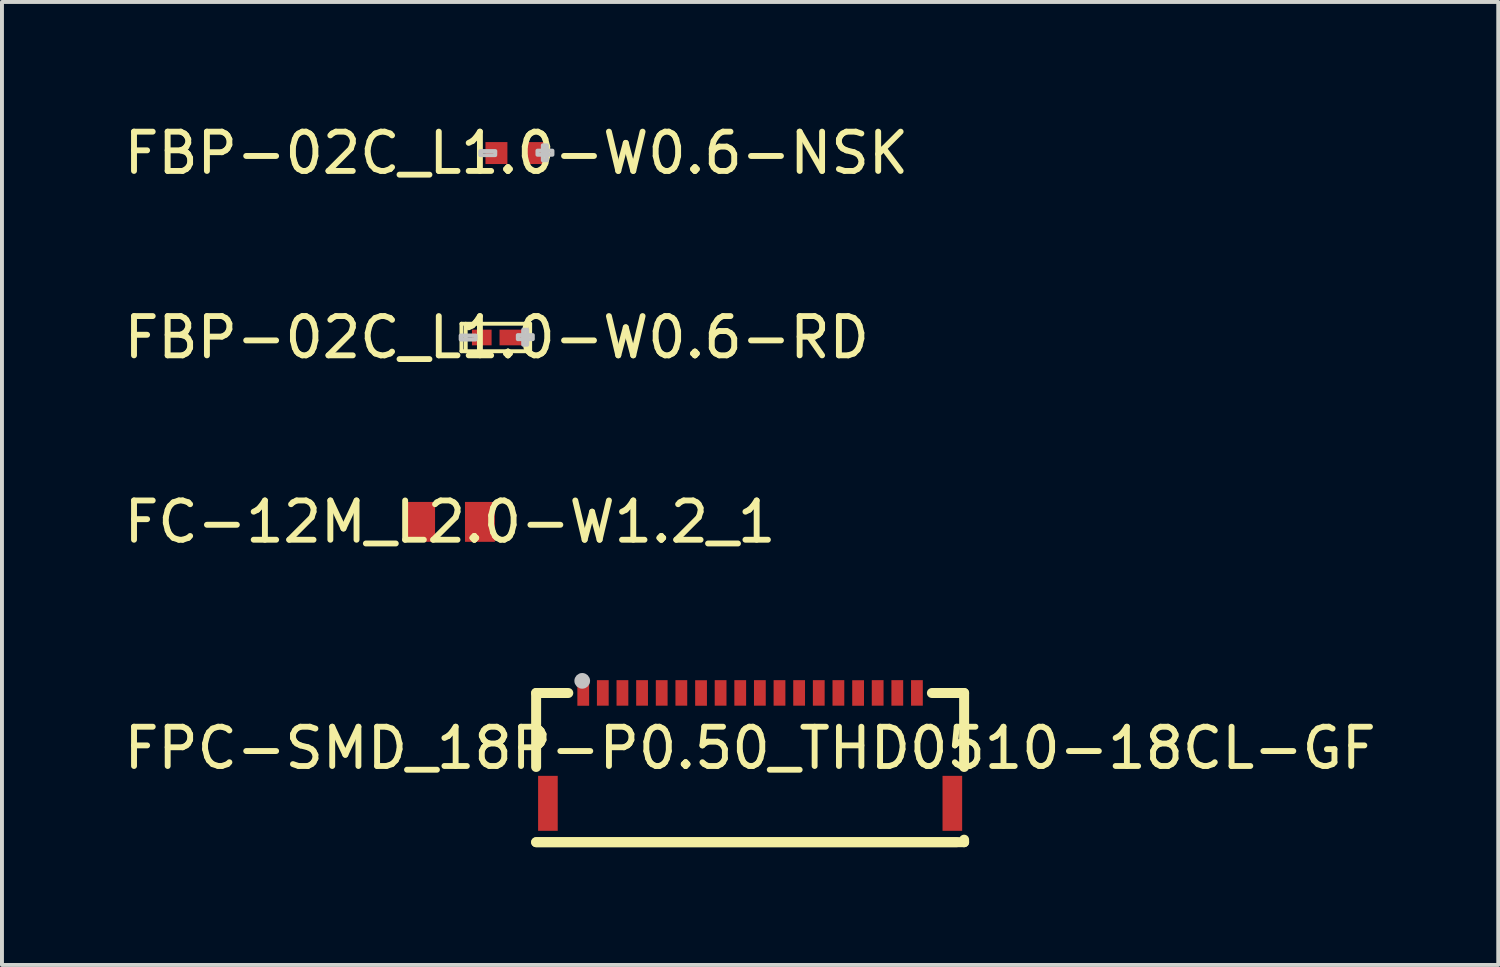
<source format=kicad_pcb>
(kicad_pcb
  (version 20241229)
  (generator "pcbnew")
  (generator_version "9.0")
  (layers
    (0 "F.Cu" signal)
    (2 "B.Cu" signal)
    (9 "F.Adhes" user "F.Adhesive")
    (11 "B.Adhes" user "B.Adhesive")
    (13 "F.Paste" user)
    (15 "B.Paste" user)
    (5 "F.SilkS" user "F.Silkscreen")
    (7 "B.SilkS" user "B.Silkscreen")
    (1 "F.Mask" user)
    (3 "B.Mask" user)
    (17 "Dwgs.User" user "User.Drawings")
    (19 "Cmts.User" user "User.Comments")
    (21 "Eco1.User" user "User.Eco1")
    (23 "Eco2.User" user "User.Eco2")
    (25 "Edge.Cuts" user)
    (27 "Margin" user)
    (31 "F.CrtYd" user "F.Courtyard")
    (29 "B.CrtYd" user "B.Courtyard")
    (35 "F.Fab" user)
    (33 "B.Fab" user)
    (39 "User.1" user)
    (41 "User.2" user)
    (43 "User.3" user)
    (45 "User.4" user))
  (footprint "FC-12M_L2.0-W1.2_1"
    (layer "F.Cu")
    (at 8.411 10.241)
    (property "Reference" "FC-12M_L2.0-W1.2_1" (at 0 0 0) (layer "F.SilkS") (effects (font (size 1 1) (thickness 0.15))))
    (fp_poly (pts (xy -0.5 0.551) (xy -0.5 -0.551) (xy -1.026 -0.551) (xy -1.026 0.551)) (stroke (width 0.1) (type default)) (fill no) (layer "User.1"))
    (fp_poly (pts (xy 0.5 0.551) (xy 0.5 -0.551) (xy 1.026 -0.551) (xy 1.026 0.551)) (stroke (width 0.1) (type default)) (fill no) (layer "User.1"))
    (fp_line (start -1.026 -0.6) (end 1.026 -0.6) (stroke (width 0.051) (type default)) (layer "User.2"))
    (fp_line (start -1.026 0.6) (end -1.026 -0.6) (stroke (width 0.051) (type default)) (layer "User.2"))
    (fp_line (start 1.026 -0.6) (end 1.026 0.6) (stroke (width 0.051) (type default)) (layer "User.2"))
    (fp_line (start 1.026 0.6) (end -1.026 0.6) (stroke (width 0.051) (type default)) (layer "User.2"))
    (fp_poly (pts (xy -0.963 0.6) (xy -0.98 0.556) (xy -1.024 0.538) (xy -1.067 0.556) (xy -1.085 0.6) (xy -1.067 0.643) (xy -1.024 0.66) (xy -0.98 0.643)) (stroke (width 0.1) (type default)) (fill no) (layer "User.3"))
    (pad "1" smd rect (at -0.762 0) (size 0.762 1.016) (layers "F.Cu" "F.Mask" "F.Paste"))
    (pad "2" smd rect (at 0.762 0) (size 0.762 1.016) (layers "F.Cu" "F.Mask" "F.Paste")))
  (footprint "FBP-02C_L1.0-W0.6-NSK"
    (layer "F.Cu")
    (at 10.101 0.848)
    (property "Reference" "FBP-02C_L1.0-W0.6-NSK" (at 0 0 0) (layer "F.SilkS") (effects (font (size 1 1) (thickness 0.15))))
    (fp_poly (pts (xy -0.919 -0.051) (xy -0.536 -0.051) (xy -0.538 0.053) (xy -0.919 0.053)) (stroke (width 0.1) (type default)) (fill no) (layer "Dwgs.User"))
    (fp_poly (pts (xy 0.536 -0.061) (xy 0.919 -0.061) (xy 0.919 0.043) (xy 0.536 0.043)) (stroke (width 0.1) (type default)) (fill no) (layer "Dwgs.User"))
    (fp_poly (pts (xy 0.673 0.185) (xy 0.673 -0.198) (xy 0.777 -0.198) (xy 0.777 0.185)) (stroke (width 0.1) (type default)) (fill no) (layer "Dwgs.User"))
    (fp_poly (pts (xy -0.198 0.15) (xy -0.468 0.15) (xy -0.468 -0.15)) (stroke (width 0.1) (type default)) (fill no) (layer "User.1"))
    (fp_line (start -0.5 -0.299) (end 0.5 -0.299) (stroke (width 0.051) (type default)) (layer "User.2"))
    (fp_line (start -0.5 0.299) (end -0.5 -0.299) (stroke (width 0.051) (type default)) (layer "User.2"))
    (fp_line (start 0.5 -0.299) (end 0.5 0.299) (stroke (width 0.051) (type default)) (layer "User.2"))
    (fp_line (start 0.5 0.299) (end -0.5 0.299) (stroke (width 0.051) (type default)) (layer "User.2"))
    (fp_poly (pts (xy -0.44 0.299) (xy -0.457 0.256) (xy -0.5 0.238) (xy -0.544 0.256) (xy -0.561 0.299) (xy -0.544 0.343) (xy -0.5 0.36) (xy -0.457 0.343)) (stroke (width 0.1) (type default)) (fill no) (layer "User.3"))
    (pad "1" smd rect (at -0.508 0 90) (size 0.559 0.559) (layers "F.Cu" "F.Mask" "F.Paste"))
    (pad "2" smd rect (at 0.508 0 90) (size 0.559 0.559) (layers "F.Cu" "F.Mask" "F.Paste")))
  (footprint "FPC-SMD_18P-P0.50_THD0510-18CL-GF"
    (layer "F.Cu")
    (at 16.054 16.003)
    (property "Reference" "FPC-SMD_18P-P0.50_THD0510-18CL-GF" (at 0 0 0) (layer "F.SilkS") (effects (font (size 1 1) (thickness 0.15))))
    (fp_line (start -5.45 -1.404) (end -4.631 -1.404) (stroke (width 0.254) (type default)) (layer "F.SilkS"))
    (fp_line (start -5.45 0.48) (end -5.45 -1.404) (stroke (width 0.254) (type default)) (layer "F.SilkS"))
    (fp_line (start -5.45 2.396) (end 5.45 2.396) (stroke (width 0.254) (type default)) (layer "F.SilkS"))
    (fp_line (start 4.629 -1.404) (end 5.45 -1.404) (stroke (width 0.254) (type default)) (layer "F.SilkS"))
    (fp_line (start 5.261 2.396) (end -5.45 2.396) (stroke (width 0.254) (type default)) (layer "F.SilkS"))
    (fp_line (start 5.45 -1.404) (end 5.45 0.48) (stroke (width 0.254) (type default)) (layer "F.SilkS"))
    (fp_line (start 5.45 2.332) (end 5.45 2.396) (stroke (width 0.254) (type default)) (layer "F.SilkS"))
    (fp_circle (center -4.276 -1.713) (end -4.176 -1.713) (stroke (width 0.2) (type default)) (fill no) (layer "Dwgs.User"))
    (fp_poly (pts (xy -5.21 1.006) (xy -5.09 1.006) (xy -5.09 1.506) (xy -5.21 1.506)) (stroke (width 0.1) (type default)) (fill no) (layer "User.1"))
    (fp_poly (pts (xy -4.325 -1.202) (xy -4.325 -1.502) (xy -4.175 -1.502) (xy -4.175 -1.202)) (stroke (width 0.1) (type default)) (fill no) (layer "User.1"))
    (fp_poly (pts (xy -4.325 -1.005) (xy -4.325 -1.212) (xy -4.175 -1.212) (xy -4.175 -1.005)) (stroke (width 0.1) (type default)) (fill no) (layer "User.1"))
    (fp_poly (pts (xy -3.827 -1.202) (xy -3.827 -1.502) (xy -3.677 -1.502) (xy -3.677 -1.202)) (stroke (width 0.1) (type default)) (fill no) (layer "User.1"))
    (fp_poly (pts (xy -3.827 -1.005) (xy -3.827 -1.212) (xy -3.677 -1.212) (xy -3.677 -1.005)) (stroke (width 0.1) (type default)) (fill no) (layer "User.1"))
    (fp_poly (pts (xy -3.327 -1.202) (xy -3.327 -1.502) (xy -3.177 -1.502) (xy -3.177 -1.202)) (stroke (width 0.1) (type default)) (fill no) (layer "User.1"))
    (fp_poly (pts (xy -3.327 -1.005) (xy -3.327 -1.212) (xy -3.177 -1.212) (xy -3.177 -1.005)) (stroke (width 0.1) (type default)) (fill no) (layer "User.1"))
    (fp_poly (pts (xy -2.827 -1.202) (xy -2.827 -1.502) (xy -2.677 -1.502) (xy -2.677 -1.202)) (stroke (width 0.1) (type default)) (fill no) (layer "User.1"))
    (fp_poly (pts (xy -2.827 -1.005) (xy -2.827 -1.212) (xy -2.677 -1.212) (xy -2.677 -1.005)) (stroke (width 0.1) (type default)) (fill no) (layer "User.1"))
    (fp_poly (pts (xy -2.327 -1.202) (xy -2.327 -1.502) (xy -2.177 -1.502) (xy -2.177 -1.202)) (stroke (width 0.1) (type default)) (fill no) (layer "User.1"))
    (fp_poly (pts (xy -2.327 -1.005) (xy -2.327 -1.212) (xy -2.177 -1.212) (xy -2.177 -1.005)) (stroke (width 0.1) (type default)) (fill no) (layer "User.1"))
    (fp_poly (pts (xy -1.827 -1.202) (xy -1.827 -1.502) (xy -1.677 -1.502) (xy -1.677 -1.202)) (stroke (width 0.1) (type default)) (fill no) (layer "User.1"))
    (fp_poly (pts (xy -1.827 -1.005) (xy -1.827 -1.212) (xy -1.677 -1.212) (xy -1.677 -1.005)) (stroke (width 0.1) (type default)) (fill no) (layer "User.1"))
    (fp_poly (pts (xy -1.325 -1.202) (xy -1.325 -1.502) (xy -1.175 -1.502) (xy -1.175 -1.202)) (stroke (width 0.1) (type default)) (fill no) (layer "User.1"))
    (fp_poly (pts (xy -1.325 -1.005) (xy -1.325 -1.212) (xy -1.175 -1.212) (xy -1.175 -1.005)) (stroke (width 0.1) (type default)) (fill no) (layer "User.1"))
    (fp_poly (pts (xy -0.827 -1.202) (xy -0.827 -1.502) (xy -0.677 -1.502) (xy -0.677 -1.202)) (stroke (width 0.1) (type default)) (fill no) (layer "User.1"))
    (fp_poly (pts (xy -0.827 -1.005) (xy -0.827 -1.212) (xy -0.677 -1.212) (xy -0.677 -1.005)) (stroke (width 0.1) (type default)) (fill no) (layer "User.1"))
    (fp_poly (pts (xy -0.327 -1.202) (xy -0.327 -1.502) (xy -0.177 -1.502) (xy -0.177 -1.202)) (stroke (width 0.1) (type default)) (fill no) (layer "User.1"))
    (fp_poly (pts (xy -0.327 -1.005) (xy -0.327 -1.212) (xy -0.177 -1.212) (xy -0.177 -1.005)) (stroke (width 0.1) (type default)) (fill no) (layer "User.1"))
    (fp_poly (pts (xy 0.173 -1.202) (xy 0.173 -1.502) (xy 0.323 -1.502) (xy 0.323 -1.202)) (stroke (width 0.1) (type default)) (fill no) (layer "User.1"))
    (fp_poly (pts (xy 0.173 -1.005) (xy 0.173 -1.212) (xy 0.323 -1.212) (xy 0.323 -1.005)) (stroke (width 0.1) (type default)) (fill no) (layer "User.1"))
    (fp_poly (pts (xy 0.673 -1.202) (xy 0.673 -1.502) (xy 0.823 -1.502) (xy 0.823 -1.202)) (stroke (width 0.1) (type default)) (fill no) (layer "User.1"))
    (fp_poly (pts (xy 0.673 -1.005) (xy 0.673 -1.212) (xy 0.823 -1.212) (xy 0.823 -1.005)) (stroke (width 0.1) (type default)) (fill no) (layer "User.1"))
    (fp_poly (pts (xy 1.173 -1.202) (xy 1.173 -1.502) (xy 1.323 -1.502) (xy 1.323 -1.202)) (stroke (width 0.1) (type default)) (fill no) (layer "User.1"))
    (fp_poly (pts (xy 1.173 -1.005) (xy 1.173 -1.212) (xy 1.323 -1.212) (xy 1.323 -1.005)) (stroke (width 0.1) (type default)) (fill no) (layer "User.1"))
    (fp_poly (pts (xy 1.673 -1.202) (xy 1.673 -1.502) (xy 1.823 -1.502) (xy 1.823 -1.202)) (stroke (width 0.1) (type default)) (fill no) (layer "User.1"))
    (fp_poly (pts (xy 1.673 -1.005) (xy 1.673 -1.212) (xy 1.823 -1.212) (xy 1.823 -1.005)) (stroke (width 0.1) (type default)) (fill no) (layer "User.1"))
    (fp_poly (pts (xy 2.173 -1.202) (xy 2.173 -1.502) (xy 2.323 -1.502) (xy 2.323 -1.202)) (stroke (width 0.1) (type default)) (fill no) (layer "User.1"))
    (fp_poly (pts (xy 2.173 -1.005) (xy 2.173 -1.212) (xy 2.323 -1.212) (xy 2.323 -1.005)) (stroke (width 0.1) (type default)) (fill no) (layer "User.1"))
    (fp_poly (pts (xy 2.675 -1.202) (xy 2.675 -1.502) (xy 2.825 -1.502) (xy 2.825 -1.202)) (stroke (width 0.1) (type default)) (fill no) (layer "User.1"))
    (fp_poly (pts (xy 2.675 -1.005) (xy 2.675 -1.212) (xy 2.825 -1.212) (xy 2.825 -1.005)) (stroke (width 0.1) (type default)) (fill no) (layer "User.1"))
    (fp_poly (pts (xy 3.173 -1.202) (xy 3.173 -1.502) (xy 3.323 -1.502) (xy 3.323 -1.202)) (stroke (width 0.1) (type default)) (fill no) (layer "User.1"))
    (fp_poly (pts (xy 3.173 -1.005) (xy 3.173 -1.212) (xy 3.323 -1.212) (xy 3.323 -1.005)) (stroke (width 0.1) (type default)) (fill no) (layer "User.1"))
    (fp_poly (pts (xy 3.673 -1.202) (xy 3.673 -1.502) (xy 3.823 -1.502) (xy 3.823 -1.202)) (stroke (width 0.1) (type default)) (fill no) (layer "User.1"))
    (fp_poly (pts (xy 3.673 -1.005) (xy 3.673 -1.212) (xy 3.823 -1.212) (xy 3.823 -1.005)) (stroke (width 0.1) (type default)) (fill no) (layer "User.1"))
    (fp_poly (pts (xy 4.173 -1.202) (xy 4.173 -1.502) (xy 4.323 -1.502) (xy 4.323 -1.202)) (stroke (width 0.1) (type default)) (fill no) (layer "User.1"))
    (fp_poly (pts (xy 4.173 -1.005) (xy 4.173 -1.212) (xy 4.323 -1.212) (xy 4.323 -1.005)) (stroke (width 0.1) (type default)) (fill no) (layer "User.1"))
    (fp_poly (pts (xy 5.09 1.006) (xy 5.21 1.006) (xy 5.21 1.506) (xy 5.09 1.506)) (stroke (width 0.1) (type default)) (fill no) (layer "User.1"))
    (fp_line (start -5.415 -1.015) (end 5.415 -1.015) (stroke (width 0.051) (type default)) (layer "User.2"))
    (fp_line (start -5.415 2.285) (end -5.415 -1.015) (stroke (width 0.051) (type default)) (layer "User.2"))
    (fp_line (start 5.415 -1.015) (end 5.415 2.285) (stroke (width 0.051) (type default)) (layer "User.2"))
    (fp_line (start 5.415 2.285) (end -5.415 2.285) (stroke (width 0.051) (type default)) (layer "User.2"))
    (fp_poly (pts (xy -5.355 -1.502) (xy -5.373 -1.544) (xy -5.415 -1.562) (xy -5.457 -1.544) (xy -5.475 -1.502) (xy -5.457 -1.459) (xy -5.415 -1.442) (xy -5.373 -1.459)) (stroke (width 0.1) (type default)) (fill no) (layer "User.3"))
    (pad "1" smd rect (at -4.25 -1.404) (size 0.3 0.65) (layers "F.Cu" "F.Mask" "F.Paste"))
    (pad "2" smd rect (at -3.752 -1.406) (size 0.3 0.65) (layers "F.Cu" "F.Mask" "F.Paste"))
    (pad "3" smd rect (at -3.252 -1.406) (size 0.3 0.65) (layers "F.Cu" "F.Mask" "F.Paste"))
    (pad "4" smd rect (at -2.752 -1.406) (size 0.3 0.65) (layers "F.Cu" "F.Mask" "F.Paste"))
    (pad "5" smd rect (at -2.252 -1.406) (size 0.3 0.65) (layers "F.Cu" "F.Mask" "F.Paste"))
    (pad "6" smd rect (at -1.752 -1.406) (size 0.3 0.65) (layers "F.Cu" "F.Mask" "F.Paste"))
    (pad "7" smd rect (at -1.25 -1.404) (size 0.3 0.65) (layers "F.Cu" "F.Mask" "F.Paste"))
    (pad "8" smd rect (at -0.752 -1.406) (size 0.3 0.65) (layers "F.Cu" "F.Mask" "F.Paste"))
    (pad "9" smd rect (at -0.252 -1.406) (size 0.3 0.65) (layers "F.Cu" "F.Mask" "F.Paste"))
    (pad "10" smd rect (at 0.248 -1.406) (size 0.3 0.65) (layers "F.Cu" "F.Mask" "F.Paste"))
    (pad "11" smd rect (at 0.748 -1.406) (size 0.3 0.65) (layers "F.Cu" "F.Mask" "F.Paste"))
    (pad "12" smd rect (at 1.248 -1.406) (size 0.3 0.65) (layers "F.Cu" "F.Mask" "F.Paste"))
    (pad "13" smd rect (at 1.748 -1.406) (size 0.3 0.65) (layers "F.Cu" "F.Mask" "F.Paste"))
    (pad "14" smd rect (at 2.248 -1.406) (size 0.3 0.65) (layers "F.Cu" "F.Mask" "F.Paste"))
    (pad "15" smd rect (at 2.75 -1.404) (size 0.3 0.65) (layers "F.Cu" "F.Mask" "F.Paste"))
    (pad "16" smd rect (at 3.248 -1.406) (size 0.3 0.65) (layers "F.Cu" "F.Mask" "F.Paste"))
    (pad "17" smd rect (at 3.748 -1.406) (size 0.3 0.65) (layers "F.Cu" "F.Mask" "F.Paste"))
    (pad "18" smd rect (at 4.248 -1.406) (size 0.3 0.65) (layers "F.Cu" "F.Mask" "F.Paste"))
    (pad "19" smd rect (at 5.15 1.406) (size 0.5 1.4) (layers "F.Cu" "F.Mask" "F.Paste"))
    (pad "20" smd rect (at -5.15 1.406) (size 0.5 1.4) (layers "F.Cu" "F.Mask" "F.Paste")))
  (footprint "FBP-02C_L1.0-W0.6-RD"
    (layer "F.Cu")
    (at 9.601 5.545)
    (property "Reference" "FBP-02C_L1.0-W0.6-RD" (at 0 0 0) (layer "F.SilkS") (effects (font (size 1 1) (thickness 0.15))))
    (fp_line (start -0.899 -0.35) (end -0.899 0.35) (stroke (width 0.099) (type default)) (layer "F.SilkS"))
    (fp_line (start -0.899 -0.35) (end 0.851 -0.35) (stroke (width 0.099) (type default)) (layer "F.SilkS"))
    (fp_line (start -0.899 0.35) (end 0.851 0.35) (stroke (width 0.099) (type default)) (layer "F.SilkS"))
    (fp_line (start -0.79 -0.35) (end -0.79 0.35) (stroke (width 0.099) (type default)) (layer "F.SilkS"))
    (fp_line (start 0.851 -0.35) (end 0.851 0.35) (stroke (width 0.099) (type default)) (layer "F.SilkS"))
    (fp_poly (pts (xy -0.919 -0.051) (xy -0.536 -0.051) (xy -0.538 0.053) (xy -0.919 0.053)) (stroke (width 0.1) (type default)) (fill no) (layer "Dwgs.User"))
    (fp_poly (pts (xy 0.536 -0.061) (xy 0.919 -0.061) (xy 0.919 0.043) (xy 0.536 0.043)) (stroke (width 0.1) (type default)) (fill no) (layer "Dwgs.User"))
    (fp_poly (pts (xy 0.673 0.185) (xy 0.673 -0.198) (xy 0.777 -0.198) (xy 0.777 0.185)) (stroke (width 0.1) (type default)) (fill no) (layer "Dwgs.User"))
    (fp_poly (pts (xy -0.468 -0.15) (xy -0.198 -0.15) (xy -0.198 0.15) (xy -0.468 0.15)) (stroke (width 0.1) (type default)) (fill no) (layer "User.1"))
    (fp_poly (pts (xy 0.46 -0.16) (xy 0.46 0.16) (xy 0.079 0.16) (xy 0.079 -0.16)) (stroke (width 0.1) (type default)) (fill no) (layer "User.1"))
    (fp_line (start -0.5 -0.299) (end 0.5 -0.299) (stroke (width 0.051) (type default)) (layer "User.2"))
    (fp_line (start -0.5 0.299) (end -0.5 -0.299) (stroke (width 0.051) (type default)) (layer "User.2"))
    (fp_line (start 0.5 -0.299) (end 0.5 0.299) (stroke (width 0.051) (type default)) (layer "User.2"))
    (fp_line (start 0.5 0.299) (end -0.5 0.299) (stroke (width 0.051) (type default)) (layer "User.2"))
    (fp_poly (pts (xy -0.44 0.299) (xy -0.457 0.256) (xy -0.5 0.238) (xy -0.544 0.256) (xy -0.561 0.299) (xy -0.544 0.343) (xy -0.5 0.36) (xy -0.457 0.343)) (stroke (width 0.1) (type default)) (fill no) (layer "User.3"))
    (pad "1" smd rect (at -0.381 0 90) (size 0.399 0.5) (layers "F.Cu" "F.Mask" "F.Paste"))
    (pad "2" smd rect (at 0.381 0 90) (size 0.399 0.62) (layers "F.Cu" "F.Mask" "F.Paste")))
  (gr_rect
    (start -3 -3)
    (end 35.107 21.526)
    (stroke (width 0.1) (type default))
    (fill no)
    (layer "Edge.Cuts")))
</source>
